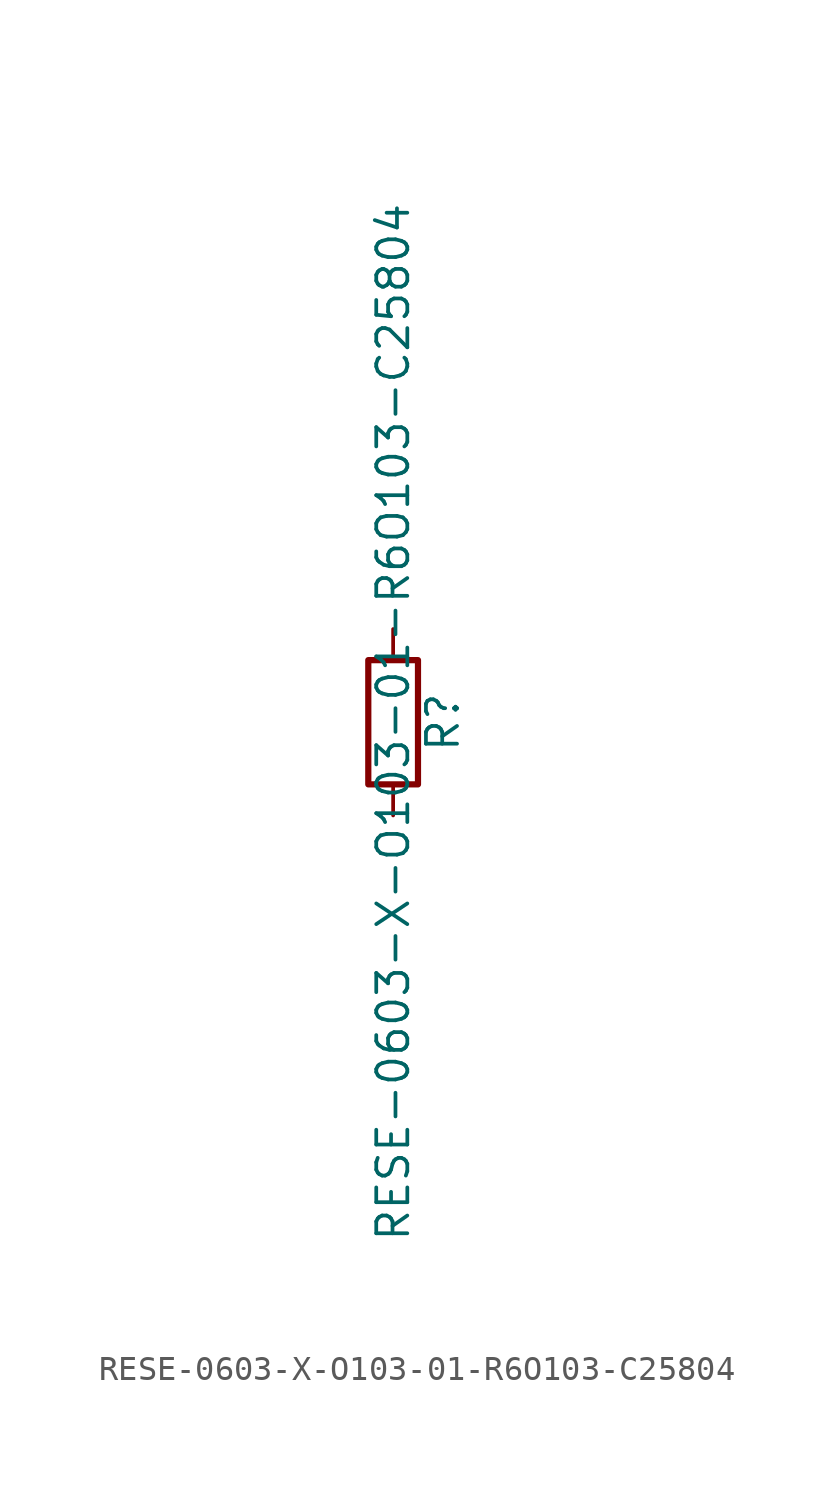
<source format=kicad_sym>
(kicad_symbol_lib
  (version 20211014)
  (generator kicad_symbol_editor)
  (symbol "RESE-0603-X-O103-01-R6O103-C25804"
    (pin_numbers hide)
    (pin_names
      (offset 0))
    (property "Reference" "R"
      (at 2.032 0 90)
      (effects (font (size 1.27 1.27))))
    (property "Value" "RESE-0603-X-O103-01-R6O103-C25804"
      (at 0 0 90)
      (effects (font (size 1.27 1.27))))
    (symbol "RESE-0603-X-O103-01-R6O103-C25804_0_1"
      (rectangle (start -1.016 -2.54) (end 1.016 2.54) (stroke (width 0.254) (type default) (color 0 0 0 0)) (fill (type none))))
    (symbol "RESE-0603-X-O103-01-R6O103-C25804_1_1"
      (pin passive line (at 0 3.81 270) (length 1.27) (name "~" (effects (font (size 1.27 1.27)))) (number "1" (effects (font (size 1.27 1.27)))))
      (pin passive line (at 0 -3.81 90) (length 1.27) (name "~" (effects (font (size 1.27 1.27)))) (number "2" (effects (font (size 1.27 1.27))))))))
</source>
